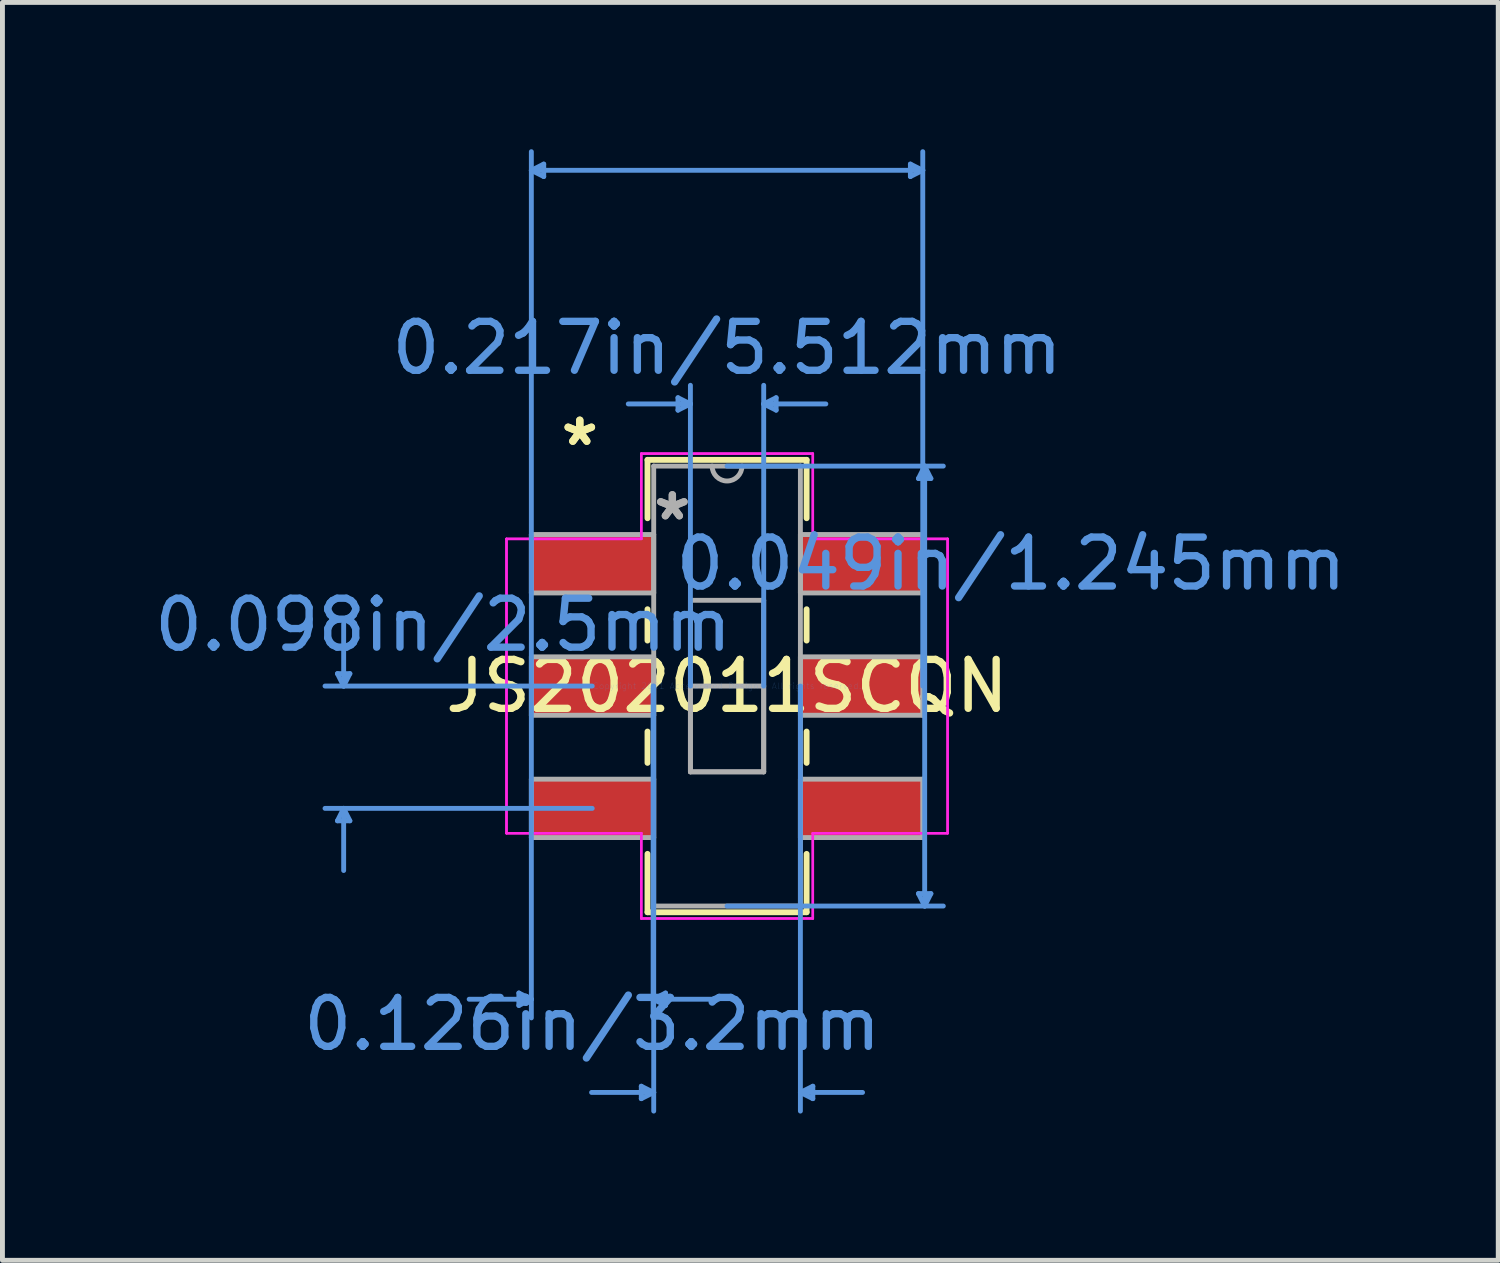
<source format=kicad_pcb>
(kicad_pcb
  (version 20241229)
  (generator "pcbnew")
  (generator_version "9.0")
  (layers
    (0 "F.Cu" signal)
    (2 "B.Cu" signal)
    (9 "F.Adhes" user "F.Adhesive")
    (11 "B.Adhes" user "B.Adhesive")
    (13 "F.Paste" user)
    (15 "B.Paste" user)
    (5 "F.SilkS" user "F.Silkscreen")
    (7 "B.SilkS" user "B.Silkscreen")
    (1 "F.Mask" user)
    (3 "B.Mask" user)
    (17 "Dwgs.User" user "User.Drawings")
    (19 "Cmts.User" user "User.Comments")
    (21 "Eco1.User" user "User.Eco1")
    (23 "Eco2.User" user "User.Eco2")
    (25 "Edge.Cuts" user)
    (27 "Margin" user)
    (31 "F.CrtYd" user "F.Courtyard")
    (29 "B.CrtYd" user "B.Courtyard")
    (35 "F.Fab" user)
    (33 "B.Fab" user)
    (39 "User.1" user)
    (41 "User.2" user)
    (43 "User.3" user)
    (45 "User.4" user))
  (footprint "JS202011SCQN"
    (layer "F.Cu")
    (at 11.81 10.972)
    (property "Reference" "JS202011SCQN" (at 0 0 0) (layer "F.SilkS") (effects (font (size 1 1) (thickness 0.15))))
    (attr through_hole)
    (fp_line (start -1.626 -4.623) (end -1.626 -3.43) (stroke (width 0.12) (type solid)) (layer "F.SilkS"))
    (fp_line (start -1.626 -1.57) (end -1.626 -0.93) (stroke (width 0.12) (type solid)) (layer "F.SilkS"))
    (fp_line (start -1.626 0.93) (end -1.626 1.57) (stroke (width 0.12) (type solid)) (layer "F.SilkS"))
    (fp_line (start -1.626 3.43) (end -1.626 4.623) (stroke (width 0.12) (type solid)) (layer "F.SilkS"))
    (fp_line (start -1.626 4.623) (end 1.626 4.623) (stroke (width 0.12) (type solid)) (layer "F.SilkS"))
    (fp_line (start 1.626 -4.623) (end -1.626 -4.623) (stroke (width 0.12) (type solid)) (layer "F.SilkS"))
    (fp_line (start 1.626 -3.43) (end 1.626 -4.623) (stroke (width 0.12) (type solid)) (layer "F.SilkS"))
    (fp_line (start 1.626 -0.93) (end 1.626 -1.57) (stroke (width 0.12) (type solid)) (layer "F.SilkS"))
    (fp_line (start 1.626 1.57) (end 1.626 0.93) (stroke (width 0.12) (type solid)) (layer "F.SilkS"))
    (fp_line (start 1.626 4.623) (end 1.626 3.43) (stroke (width 0.12) (type solid)) (layer "F.SilkS"))
    (fp_line (start -7.963 -0.254) (end -7.709 -0.254) (stroke (width 0.1) (type solid)) (layer "Cmts.User"))
    (fp_line (start -7.963 2.754) (end -7.709 2.754) (stroke (width 0.1) (type solid)) (layer "Cmts.User"))
    (fp_line (start -7.836 0) (end -7.963 -0.254) (stroke (width 0.1) (type solid)) (layer "Cmts.User"))
    (fp_line (start -7.836 0) (end -7.836 -1.27) (stroke (width 0.1) (type solid)) (layer "Cmts.User"))
    (fp_line (start -7.836 0) (end -7.709 -0.254) (stroke (width 0.1) (type solid)) (layer "Cmts.User"))
    (fp_line (start -7.836 2.5) (end -7.963 2.754) (stroke (width 0.1) (type solid)) (layer "Cmts.User"))
    (fp_line (start -7.836 2.5) (end -7.836 3.77) (stroke (width 0.1) (type solid)) (layer "Cmts.User"))
    (fp_line (start -7.836 2.5) (end -7.709 2.754) (stroke (width 0.1) (type solid)) (layer "Cmts.User"))
    (fp_line (start -4.255 6.274) (end -4.255 6.528) (stroke (width 0.1) (type solid)) (layer "Cmts.User"))
    (fp_line (start -4 -10.541) (end -3.747 -10.668) (stroke (width 0.1) (type solid)) (layer "Cmts.User"))
    (fp_line (start -4 -10.541) (end -3.747 -10.414) (stroke (width 0.1) (type solid)) (layer "Cmts.User"))
    (fp_line (start -4 -10.541) (end 4 -10.541) (stroke (width 0.1) (type solid)) (layer "Cmts.User"))
    (fp_line (start -4 0) (end -4 -10.922) (stroke (width 0.1) (type solid)) (layer "Cmts.User"))
    (fp_line (start -4 0) (end -4 6.782) (stroke (width 0.1) (type solid)) (layer "Cmts.User"))
    (fp_line (start -4 6.401) (end -5.271 6.401) (stroke (width 0.1) (type solid)) (layer "Cmts.User"))
    (fp_line (start -4 6.401) (end -4.255 6.274) (stroke (width 0.1) (type solid)) (layer "Cmts.User"))
    (fp_line (start -4 6.401) (end -4.255 6.528) (stroke (width 0.1) (type solid)) (layer "Cmts.User"))
    (fp_line (start -3.747 -10.668) (end -3.747 -10.414) (stroke (width 0.1) (type solid)) (layer "Cmts.User"))
    (fp_line (start -2.756 0) (end -8.217 0) (stroke (width 0.1) (type solid)) (layer "Cmts.User"))
    (fp_line (start -2.756 2.5) (end -8.217 2.5) (stroke (width 0.1) (type solid)) (layer "Cmts.User"))
    (fp_line (start -1.753 8.179) (end -1.753 8.433) (stroke (width 0.1) (type solid)) (layer "Cmts.User"))
    (fp_line (start -1.511 0) (end -1.511 6.782) (stroke (width 0.1) (type solid)) (layer "Cmts.User"))
    (fp_line (start -1.511 6.401) (end -1.257 6.274) (stroke (width 0.1) (type solid)) (layer "Cmts.User"))
    (fp_line (start -1.511 6.401) (end -1.257 6.528) (stroke (width 0.1) (type solid)) (layer "Cmts.User"))
    (fp_line (start -1.511 6.401) (end -0.241 6.401) (stroke (width 0.1) (type solid)) (layer "Cmts.User"))
    (fp_line (start -1.499 0) (end -1.499 8.687) (stroke (width 0.1) (type solid)) (layer "Cmts.User"))
    (fp_line (start -1.499 8.306) (end -2.769 8.306) (stroke (width 0.1) (type solid)) (layer "Cmts.User"))
    (fp_line (start -1.499 8.306) (end -1.753 8.179) (stroke (width 0.1) (type solid)) (layer "Cmts.User"))
    (fp_line (start -1.499 8.306) (end -1.753 8.433) (stroke (width 0.1) (type solid)) (layer "Cmts.User"))
    (fp_line (start -1.257 6.274) (end -1.257 6.528) (stroke (width 0.1) (type solid)) (layer "Cmts.User"))
    (fp_line (start -1.003 -5.893) (end -1.003 -5.639) (stroke (width 0.1) (type solid)) (layer "Cmts.User"))
    (fp_line (start -0.749 -5.766) (end -2.019 -5.766) (stroke (width 0.1) (type solid)) (layer "Cmts.User"))
    (fp_line (start -0.749 -5.766) (end -1.003 -5.893) (stroke (width 0.1) (type solid)) (layer "Cmts.User"))
    (fp_line (start -0.749 -5.766) (end -1.003 -5.639) (stroke (width 0.1) (type solid)) (layer "Cmts.User"))
    (fp_line (start -0.749 0) (end -0.749 -6.147) (stroke (width 0.1) (type solid)) (layer "Cmts.User"))
    (fp_line (start 0 -4.496) (end 4.42 -4.496) (stroke (width 0.1) (type solid)) (layer "Cmts.User"))
    (fp_line (start 0 4.496) (end 4.42 4.496) (stroke (width 0.1) (type solid)) (layer "Cmts.User"))
    (fp_line (start 0.749 -5.766) (end 1.003 -5.893) (stroke (width 0.1) (type solid)) (layer "Cmts.User"))
    (fp_line (start 0.749 -5.766) (end 1.003 -5.639) (stroke (width 0.1) (type solid)) (layer "Cmts.User"))
    (fp_line (start 0.749 -5.766) (end 2.019 -5.766) (stroke (width 0.1) (type solid)) (layer "Cmts.User"))
    (fp_line (start 0.749 0) (end 0.749 -6.147) (stroke (width 0.1) (type solid)) (layer "Cmts.User"))
    (fp_line (start 1.003 -5.893) (end 1.003 -5.639) (stroke (width 0.1) (type solid)) (layer "Cmts.User"))
    (fp_line (start 1.499 0) (end 1.499 8.687) (stroke (width 0.1) (type solid)) (layer "Cmts.User"))
    (fp_line (start 1.499 8.306) (end 1.753 8.179) (stroke (width 0.1) (type solid)) (layer "Cmts.User"))
    (fp_line (start 1.499 8.306) (end 1.753 8.433) (stroke (width 0.1) (type solid)) (layer "Cmts.User"))
    (fp_line (start 1.499 8.306) (end 2.769 8.306) (stroke (width 0.1) (type solid)) (layer "Cmts.User"))
    (fp_line (start 1.753 8.179) (end 1.753 8.433) (stroke (width 0.1) (type solid)) (layer "Cmts.User"))
    (fp_line (start 3.747 -10.668) (end 3.747 -10.414) (stroke (width 0.1) (type solid)) (layer "Cmts.User"))
    (fp_line (start 3.912 -4.242) (end 4.166 -4.242) (stroke (width 0.1) (type solid)) (layer "Cmts.User"))
    (fp_line (start 3.912 4.242) (end 4.166 4.242) (stroke (width 0.1) (type solid)) (layer "Cmts.User"))
    (fp_line (start 4 -10.541) (end 3.747 -10.668) (stroke (width 0.1) (type solid)) (layer "Cmts.User"))
    (fp_line (start 4 -10.541) (end 3.747 -10.414) (stroke (width 0.1) (type solid)) (layer "Cmts.User"))
    (fp_line (start 4 0) (end 4 -10.922) (stroke (width 0.1) (type solid)) (layer "Cmts.User"))
    (fp_line (start 4.039 -4.496) (end 3.912 -4.242) (stroke (width 0.1) (type solid)) (layer "Cmts.User"))
    (fp_line (start 4.039 -4.496) (end 4.039 4.496) (stroke (width 0.1) (type solid)) (layer "Cmts.User"))
    (fp_line (start 4.039 -4.496) (end 4.166 -4.242) (stroke (width 0.1) (type solid)) (layer "Cmts.User"))
    (fp_line (start 4.039 4.496) (end 3.912 4.242) (stroke (width 0.1) (type solid)) (layer "Cmts.User"))
    (fp_line (start 4.039 4.496) (end 4.166 4.242) (stroke (width 0.1) (type solid)) (layer "Cmts.User"))
    (fp_line (start -4.508 -3.008) (end -1.753 -3.008) (stroke (width 0.05) (type solid)) (layer "F.CrtYd"))
    (fp_line (start -4.508 -3.008) (end -1.753 -3.008) (stroke (width 0.05) (type solid)) (layer "F.CrtYd"))
    (fp_line (start -4.508 3.008) (end -4.508 -3.008) (stroke (width 0.05) (type solid)) (layer "F.CrtYd"))
    (fp_line (start -4.508 3.008) (end -4.508 -3.008) (stroke (width 0.05) (type solid)) (layer "F.CrtYd"))
    (fp_line (start -1.753 -4.75) (end 1.753 -4.75) (stroke (width 0.05) (type solid)) (layer "F.CrtYd"))
    (fp_line (start -1.753 -4.75) (end 1.753 -4.75) (stroke (width 0.05) (type solid)) (layer "F.CrtYd"))
    (fp_line (start -1.753 -3.008) (end -1.753 -4.75) (stroke (width 0.05) (type solid)) (layer "F.CrtYd"))
    (fp_line (start -1.753 -3.008) (end -1.753 -4.75) (stroke (width 0.05) (type solid)) (layer "F.CrtYd"))
    (fp_line (start -1.753 3.008) (end -4.508 3.008) (stroke (width 0.05) (type solid)) (layer "F.CrtYd"))
    (fp_line (start -1.753 3.008) (end -4.508 3.008) (stroke (width 0.05) (type solid)) (layer "F.CrtYd"))
    (fp_line (start -1.753 4.75) (end -1.753 3.008) (stroke (width 0.05) (type solid)) (layer "F.CrtYd"))
    (fp_line (start -1.753 4.75) (end -1.753 3.008) (stroke (width 0.05) (type solid)) (layer "F.CrtYd"))
    (fp_line (start 1.753 -4.75) (end 1.753 -3.008) (stroke (width 0.05) (type solid)) (layer "F.CrtYd"))
    (fp_line (start 1.753 -4.75) (end 1.753 -3.008) (stroke (width 0.05) (type solid)) (layer "F.CrtYd"))
    (fp_line (start 1.753 -3.008) (end 4.508 -3.008) (stroke (width 0.05) (type solid)) (layer "F.CrtYd"))
    (fp_line (start 1.753 -3.008) (end 4.508 -3.008) (stroke (width 0.05) (type solid)) (layer "F.CrtYd"))
    (fp_line (start 1.753 3.008) (end 1.753 4.75) (stroke (width 0.05) (type solid)) (layer "F.CrtYd"))
    (fp_line (start 1.753 3.008) (end 1.753 4.75) (stroke (width 0.05) (type solid)) (layer "F.CrtYd"))
    (fp_line (start 1.753 4.75) (end -1.753 4.75) (stroke (width 0.05) (type solid)) (layer "F.CrtYd"))
    (fp_line (start 1.753 4.75) (end -1.753 4.75) (stroke (width 0.05) (type solid)) (layer "F.CrtYd"))
    (fp_line (start 4.508 -3.008) (end 4.508 3.008) (stroke (width 0.05) (type solid)) (layer "F.CrtYd"))
    (fp_line (start 4.508 -3.008) (end 4.508 3.008) (stroke (width 0.05) (type solid)) (layer "F.CrtYd"))
    (fp_line (start 4.508 3.008) (end 1.753 3.008) (stroke (width 0.05) (type solid)) (layer "F.CrtYd"))
    (fp_line (start 4.508 3.008) (end 1.753 3.008) (stroke (width 0.05) (type solid)) (layer "F.CrtYd"))
    (fp_line (start -4 -3.097) (end -4 -1.903) (stroke (width 0.1) (type solid)) (layer "F.Fab"))
    (fp_line (start -4 -1.903) (end -1.499 -1.903) (stroke (width 0.1) (type solid)) (layer "F.Fab"))
    (fp_line (start -4 -0.597) (end -4 0.597) (stroke (width 0.1) (type solid)) (layer "F.Fab"))
    (fp_line (start -4 0.597) (end -1.499 0.597) (stroke (width 0.1) (type solid)) (layer "F.Fab"))
    (fp_line (start -4 1.903) (end -4 3.097) (stroke (width 0.1) (type solid)) (layer "F.Fab"))
    (fp_line (start -4 3.097) (end -1.499 3.097) (stroke (width 0.1) (type solid)) (layer "F.Fab"))
    (fp_line (start -1.499 -4.496) (end -1.499 4.496) (stroke (width 0.1) (type solid)) (layer "F.Fab"))
    (fp_line (start -1.499 -3.097) (end -4 -3.097) (stroke (width 0.1) (type solid)) (layer "F.Fab"))
    (fp_line (start -1.499 -1.903) (end -1.499 -3.097) (stroke (width 0.1) (type solid)) (layer "F.Fab"))
    (fp_line (start -1.499 -0.597) (end -4 -0.597) (stroke (width 0.1) (type solid)) (layer "F.Fab"))
    (fp_line (start -1.499 0.597) (end -1.499 -0.597) (stroke (width 0.1) (type solid)) (layer "F.Fab"))
    (fp_line (start -1.499 1.903) (end -4 1.903) (stroke (width 0.1) (type solid)) (layer "F.Fab"))
    (fp_line (start -1.499 3.097) (end -1.499 1.903) (stroke (width 0.1) (type solid)) (layer "F.Fab"))
    (fp_line (start -1.499 4.496) (end 1.499 4.496) (stroke (width 0.1) (type solid)) (layer "F.Fab"))
    (fp_line (start -0.749 -1.753) (end 0.749 -1.753) (stroke (width 0.1) (type solid)) (layer "F.Fab"))
    (fp_line (start -0.749 0) (end 0.749 0) (stroke (width 0.1) (type solid)) (layer "F.Fab"))
    (fp_line (start -0.749 1.753) (end -0.749 -1.753) (stroke (width 0.1) (type solid)) (layer "F.Fab"))
    (fp_line (start -0.749 1.753) (end -0.749 0) (stroke (width 0.1) (type solid)) (layer "F.Fab"))
    (fp_line (start 0.749 -1.753) (end 0.749 1.753) (stroke (width 0.1) (type solid)) (layer "F.Fab"))
    (fp_line (start 0.749 0) (end 0.749 1.753) (stroke (width 0.1) (type solid)) (layer "F.Fab"))
    (fp_line (start 0.749 1.753) (end -0.749 1.753) (stroke (width 0.1) (type solid)) (layer "F.Fab"))
    (fp_line (start 0.749 1.753) (end -0.749 1.753) (stroke (width 0.1) (type solid)) (layer "F.Fab"))
    (fp_line (start 1.499 -4.496) (end -1.499 -4.496) (stroke (width 0.1) (type solid)) (layer "F.Fab"))
    (fp_line (start 1.499 -3.097) (end 1.499 -1.903) (stroke (width 0.1) (type solid)) (layer "F.Fab"))
    (fp_line (start 1.499 -1.903) (end 4 -1.903) (stroke (width 0.1) (type solid)) (layer "F.Fab"))
    (fp_line (start 1.499 -0.597) (end 1.499 0.597) (stroke (width 0.1) (type solid)) (layer "F.Fab"))
    (fp_line (start 1.499 0.597) (end 4 0.597) (stroke (width 0.1) (type solid)) (layer "F.Fab"))
    (fp_line (start 1.499 1.903) (end 1.499 3.097) (stroke (width 0.1) (type solid)) (layer "F.Fab"))
    (fp_line (start 1.499 3.097) (end 4 3.097) (stroke (width 0.1) (type solid)) (layer "F.Fab"))
    (fp_line (start 1.499 4.496) (end 1.499 -4.496) (stroke (width 0.1) (type solid)) (layer "F.Fab"))
    (fp_line (start 4 -3.097) (end 1.499 -3.097) (stroke (width 0.1) (type solid)) (layer "F.Fab"))
    (fp_line (start 4 -1.903) (end 4 -3.097) (stroke (width 0.1) (type solid)) (layer "F.Fab"))
    (fp_line (start 4 -0.597) (end 1.499 -0.597) (stroke (width 0.1) (type solid)) (layer "F.Fab"))
    (fp_line (start 4 0.597) (end 4 -0.597) (stroke (width 0.1) (type solid)) (layer "F.Fab"))
    (fp_line (start 4 1.903) (end 1.499 1.903) (stroke (width 0.1) (type solid)) (layer "F.Fab"))
    (fp_line (start 4 3.097) (end 4 1.903) (stroke (width 0.1) (type solid)) (layer "F.Fab"))
    (fp_arc (start 0.3048 -4.4958) (mid 0 -4.191) (end -0.3048 -4.4958) (stroke (width 0.1) (type solid)) (layer "F.Fab"))
    (fp_text user "*" (at -3.01 -4.888 0) (layer "F.SilkS") (effects (font (size 1 1) (thickness 0.15))))
    (fp_text user "*" (at -3.01 -4.888 0) (layer "F.SilkS") (effects (font (size 1 1) (thickness 0.15))))
    (fp_text user "0.126in/3.2mm" (at -2.756 6.909 0) (layer "Cmts.User") (effects (font (size 1 1) (thickness 0.15))))
    (fp_text user "0.217in/5.512mm" (at 0 -6.909 0) (layer "Cmts.User") (effects (font (size 1 1) (thickness 0.15))))
    (fp_text user "0.049in/1.245mm" (at 5.804 -2.5 0) (layer "Cmts.User") (effects (font (size 1 1) (thickness 0.15))))
    (fp_text user "Copyright 2021 Accelerated Designs. All rights reserved." (at 0 0 0) (layer "Cmts.User") (effects (font (size 0.127 0.127) (thickness 0.002))))
    (fp_text user "0.098in/2.5mm" (at -5.804 -1.25 0) (layer "Cmts.User") (effects (font (size 1 1) (thickness 0.15))))
    (fp_text user "*" (at -1.118 -3.364 0) (layer "F.Fab") (effects (font (size 1 1) (thickness 0.15))))
    (fp_text user "*" (at -1.118 -3.364 0) (layer "F.Fab") (effects (font (size 1 1) (thickness 0.15))))
    (pad "1" smd rect (at -2.756 -2.5) (size 2.489 1.194) (layers "F.Cu" "F.Mask" "F.Paste"))
    (pad "2" smd rect (at -2.756 0) (size 2.489 1.194) (layers "F.Cu" "F.Mask" "F.Paste"))
    (pad "3" smd rect (at -2.756 2.5) (size 2.489 1.194) (layers "F.Cu" "F.Mask" "F.Paste"))
    (pad "4" smd rect (at 2.756 2.5) (size 2.489 1.194) (layers "F.Cu" "F.Mask" "F.Paste"))
    (pad "5" smd rect (at 2.756 0) (size 2.489 1.194) (layers "F.Cu" "F.Mask" "F.Paste"))
    (pad "6" smd rect (at 2.756 -2.5) (size 2.489 1.194) (layers "F.Cu" "F.Mask" "F.Paste")))
  (gr_rect
    (start -3 -3)
    (end 27.572 22.709)
    (stroke (width 0.1) (type default))
    (fill no)
    (layer "Edge.Cuts")))
</source>
